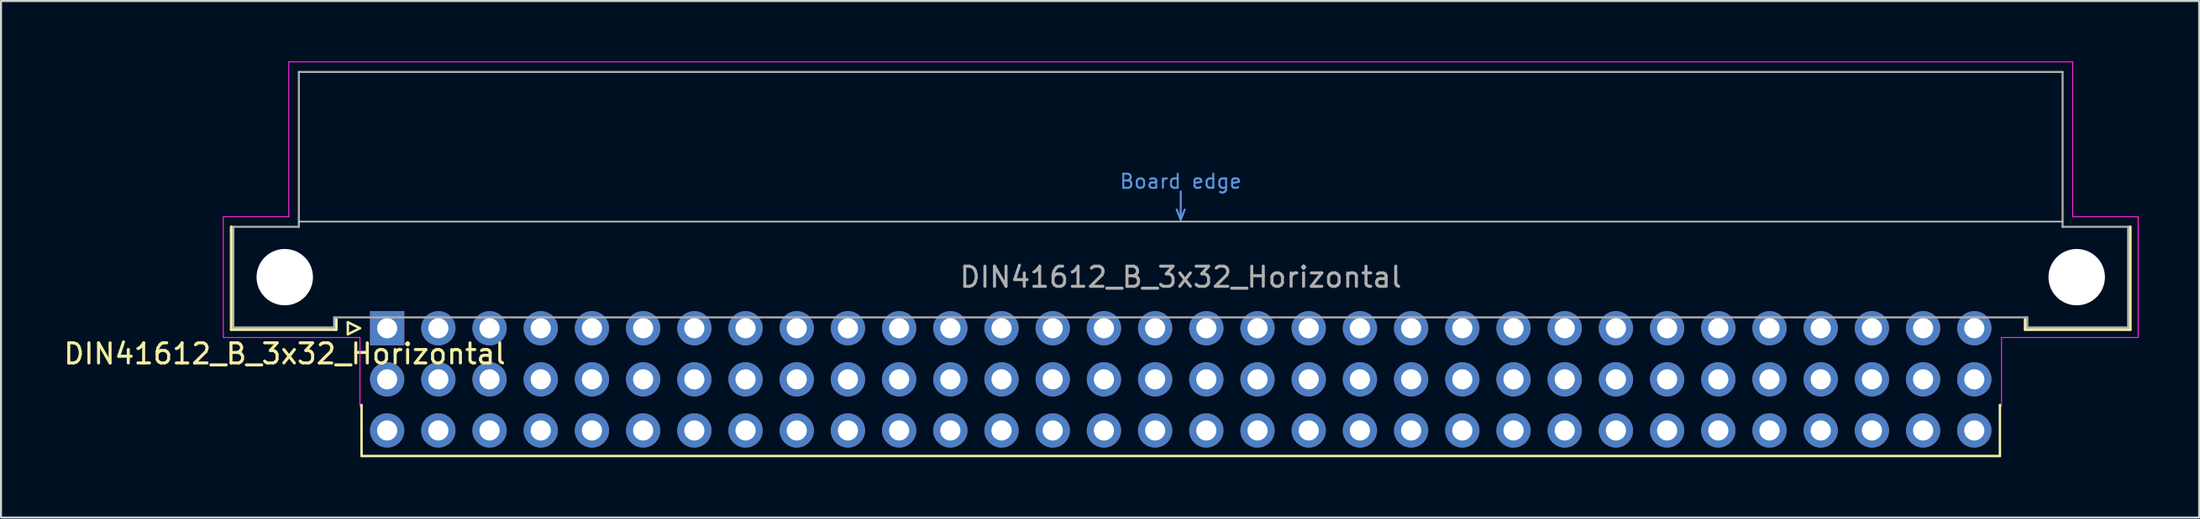
<source format=kicad_pcb>
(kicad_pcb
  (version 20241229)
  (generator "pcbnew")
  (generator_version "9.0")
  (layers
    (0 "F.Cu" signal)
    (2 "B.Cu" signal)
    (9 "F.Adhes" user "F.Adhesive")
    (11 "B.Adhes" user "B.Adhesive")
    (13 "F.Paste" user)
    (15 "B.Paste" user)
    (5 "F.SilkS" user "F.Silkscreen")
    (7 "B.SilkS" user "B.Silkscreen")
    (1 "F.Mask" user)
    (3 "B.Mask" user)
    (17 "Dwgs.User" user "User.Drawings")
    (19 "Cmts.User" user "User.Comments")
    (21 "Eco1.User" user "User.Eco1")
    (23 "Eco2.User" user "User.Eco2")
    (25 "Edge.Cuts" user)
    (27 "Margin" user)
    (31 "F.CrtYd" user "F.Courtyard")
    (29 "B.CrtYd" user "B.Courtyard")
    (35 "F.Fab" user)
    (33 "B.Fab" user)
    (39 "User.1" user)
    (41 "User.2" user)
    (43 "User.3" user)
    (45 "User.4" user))
  (footprint "DIN41612_B_3x32_Horizontal"
    (layer "F.Cu")
    (at 16.157 13.265)
    (property "Reference" "DIN41612_B_3x32_Horizontal" (at -5.08 1.27 0) (layer "F.SilkS") (effects (font (size 1 1) (thickness 0.15))))
    (attr through_hole)
    (fp_line (start -7.73 0.06) (end -7.73 -5.04) (stroke (width 0.15) (type solid)) (layer "F.SilkS"))
    (fp_line (start -2.53 -0.44) (end -2.53 0.06) (stroke (width 0.15) (type solid)) (layer "F.SilkS"))
    (fp_line (start -2.53 0.06) (end -7.73 0.06) (stroke (width 0.15) (type solid)) (layer "F.SilkS"))
    (fp_line (start -1.95 -0.3) (end -1.95 0.3) (stroke (width 0.12) (type solid)) (layer "F.SilkS"))
    (fp_line (start -1.95 0.3) (end -1.35 0) (stroke (width 0.12) (type solid)) (layer "F.SilkS"))
    (fp_line (start -1.35 0) (end -1.95 -0.3) (stroke (width 0.12) (type solid)) (layer "F.SilkS"))
    (fp_line (start -1.27 6.35) (end -1.27 3.81) (stroke (width 0.12) (type solid)) (layer "F.SilkS"))
    (fp_line (start 80.01 3.81) (end 80.01 6.35) (stroke (width 0.12) (type solid)) (layer "F.SilkS"))
    (fp_line (start 80.01 6.35) (end -1.27 6.35) (stroke (width 0.12) (type solid)) (layer "F.SilkS"))
    (fp_line (start 81.27 -0.44) (end 81.27 0.06) (stroke (width 0.15) (type solid)) (layer "F.SilkS"))
    (fp_line (start 81.27 0.06) (end 86.47 0.06) (stroke (width 0.15) (type solid)) (layer "F.SilkS"))
    (fp_line (start 86.47 0.06) (end 86.47 -5.04) (stroke (width 0.15) (type solid)) (layer "F.SilkS"))
    (fp_line (start -4.38 -5.3) (end 83.12 -5.3) (stroke (width 0.08) (type solid)) (layer "Dwgs.User"))
    (fp_line (start 39.17 -5.9) (end 39.37 -5.4) (stroke (width 0.1) (type solid)) (layer "Cmts.User"))
    (fp_line (start 39.37 -6.8) (end 39.37 -5.4) (stroke (width 0.1) (type solid)) (layer "Cmts.User"))
    (fp_line (start 39.37 -5.4) (end 39.57 -5.9) (stroke (width 0.1) (type solid)) (layer "Cmts.User"))
    (fp_line (start -8.13 -5.54) (end -4.88 -5.54) (stroke (width 0.05) (type solid)) (layer "F.CrtYd"))
    (fp_line (start -8.13 0.46) (end -8.13 -5.54) (stroke (width 0.05) (type solid)) (layer "F.CrtYd"))
    (fp_line (start -4.88 -13.24) (end 83.62 -13.24) (stroke (width 0.05) (type solid)) (layer "F.CrtYd"))
    (fp_line (start -4.88 -5.54) (end -4.88 -13.24) (stroke (width 0.05) (type solid)) (layer "F.CrtYd"))
    (fp_line (start -1.35 0.46) (end -8.13 0.46) (stroke (width 0.05) (type solid)) (layer "F.CrtYd"))
    (fp_line (start -1.35 3.89) (end -1.35 0.46) (stroke (width 0.05) (type solid)) (layer "F.CrtYd"))
    (fp_line (start 80.09 0.46) (end 80.09 3.89) (stroke (width 0.05) (type solid)) (layer "F.CrtYd"))
    (fp_line (start 80.87 0.46) (end 80.09 0.46) (stroke (width 0.05) (type solid)) (layer "F.CrtYd"))
    (fp_line (start 83.62 -13.24) (end 83.62 -5.54) (stroke (width 0.05) (type solid)) (layer "F.CrtYd"))
    (fp_line (start 83.62 -5.54) (end 86.87 -5.54) (stroke (width 0.05) (type solid)) (layer "F.CrtYd"))
    (fp_line (start 86.87 -5.54) (end 86.87 0.46) (stroke (width 0.05) (type solid)) (layer "F.CrtYd"))
    (fp_line (start 86.87 0.46) (end 80.87 0.46) (stroke (width 0.05) (type solid)) (layer "F.CrtYd"))
    (fp_line (start -7.63 -5.04) (end -4.38 -5.04) (stroke (width 0.1) (type solid)) (layer "F.Fab"))
    (fp_line (start -7.63 -0.04) (end -7.63 -5.04) (stroke (width 0.1) (type solid)) (layer "F.Fab"))
    (fp_line (start -4.38 -12.74) (end 83.12 -12.74) (stroke (width 0.1) (type solid)) (layer "F.Fab"))
    (fp_line (start -4.38 -5.04) (end -4.38 -12.74) (stroke (width 0.1) (type solid)) (layer "F.Fab"))
    (fp_line (start -2.63 -0.54) (end -2.63 -0.04) (stroke (width 0.1) (type solid)) (layer "F.Fab"))
    (fp_line (start -2.63 -0.04) (end -7.63 -0.04) (stroke (width 0.1) (type solid)) (layer "F.Fab"))
    (fp_line (start 81.37 -0.54) (end -2.63 -0.54) (stroke (width 0.1) (type solid)) (layer "F.Fab"))
    (fp_line (start 81.37 -0.04) (end 81.37 -0.54) (stroke (width 0.1) (type solid)) (layer "F.Fab"))
    (fp_line (start 83.12 -12.74) (end 83.12 -5.04) (stroke (width 0.1) (type solid)) (layer "F.Fab"))
    (fp_line (start 83.12 -5.04) (end 86.37 -5.04) (stroke (width 0.1) (type solid)) (layer "F.Fab"))
    (fp_line (start 86.37 -5.04) (end 86.37 -0.04) (stroke (width 0.1) (type solid)) (layer "F.Fab"))
    (fp_line (start 86.37 -0.04) (end 81.37 -0.04) (stroke (width 0.1) (type solid)) (layer "F.Fab"))
    (fp_text user "Board edge" (at 39.37 -7.3 0) (layer "Cmts.User") (effects (font (size 0.7 0.7) (thickness 0.1))))
    (fp_text user "${REFERENCE}" (at 39.37 -2.54 0) (layer "F.Fab") (effects (font (size 1 1) (thickness 0.15))))
    (pad "" np_thru_hole circle (at -5.08 -2.54) (size 2.8 2.8) (drill 2.8) (layers "*.Cu" "*.Mask"))
    (pad "" np_thru_hole circle (at 83.82 -2.54) (size 2.8 2.8) (drill 2.8) (layers "*.Cu" "*.Mask"))
    (pad "a1" thru_hole rect (at 0 0) (size 1.7 1.7) (drill 1) (layers "*.Cu" "*.Mask"))
    (pad "a2" thru_hole circle (at 2.54 0) (size 1.7 1.7) (drill 1) (layers "*.Cu" "*.Mask"))
    (pad "a3" thru_hole circle (at 5.08 0) (size 1.7 1.7) (drill 1) (layers "*.Cu" "*.Mask"))
    (pad "a4" thru_hole circle (at 7.62 0) (size 1.7 1.7) (drill 1) (layers "*.Cu" "*.Mask"))
    (pad "a5" thru_hole circle (at 10.16 0) (size 1.7 1.7) (drill 1) (layers "*.Cu" "*.Mask"))
    (pad "a6" thru_hole circle (at 12.7 0) (size 1.7 1.7) (drill 1) (layers "*.Cu" "*.Mask"))
    (pad "a7" thru_hole circle (at 15.24 0) (size 1.7 1.7) (drill 1) (layers "*.Cu" "*.Mask"))
    (pad "a8" thru_hole circle (at 17.78 0) (size 1.7 1.7) (drill 1) (layers "*.Cu" "*.Mask"))
    (pad "a9" thru_hole circle (at 20.32 0) (size 1.7 1.7) (drill 1) (layers "*.Cu" "*.Mask"))
    (pad "a10" thru_hole circle (at 22.86 0) (size 1.7 1.7) (drill 1) (layers "*.Cu" "*.Mask"))
    (pad "a11" thru_hole circle (at 25.4 0) (size 1.7 1.7) (drill 1) (layers "*.Cu" "*.Mask"))
    (pad "a12" thru_hole circle (at 27.94 0) (size 1.7 1.7) (drill 1) (layers "*.Cu" "*.Mask"))
    (pad "a13" thru_hole circle (at 30.48 0) (size 1.7 1.7) (drill 1) (layers "*.Cu" "*.Mask"))
    (pad "a14" thru_hole circle (at 33.02 0) (size 1.7 1.7) (drill 1) (layers "*.Cu" "*.Mask"))
    (pad "a15" thru_hole circle (at 35.56 0) (size 1.7 1.7) (drill 1) (layers "*.Cu" "*.Mask"))
    (pad "a16" thru_hole circle (at 38.1 0) (size 1.7 1.7) (drill 1) (layers "*.Cu" "*.Mask"))
    (pad "a17" thru_hole circle (at 40.64 0) (size 1.7 1.7) (drill 1) (layers "*.Cu" "*.Mask"))
    (pad "a18" thru_hole circle (at 43.18 0) (size 1.7 1.7) (drill 1) (layers "*.Cu" "*.Mask"))
    (pad "a19" thru_hole circle (at 45.72 0) (size 1.7 1.7) (drill 1) (layers "*.Cu" "*.Mask"))
    (pad "a20" thru_hole circle (at 48.26 0) (size 1.7 1.7) (drill 1) (layers "*.Cu" "*.Mask"))
    (pad "a21" thru_hole circle (at 50.8 0) (size 1.7 1.7) (drill 1) (layers "*.Cu" "*.Mask"))
    (pad "a22" thru_hole circle (at 53.34 0) (size 1.7 1.7) (drill 1) (layers "*.Cu" "*.Mask"))
    (pad "a23" thru_hole circle (at 55.88 0) (size 1.7 1.7) (drill 1) (layers "*.Cu" "*.Mask"))
    (pad "a24" thru_hole circle (at 58.42 0) (size 1.7 1.7) (drill 1) (layers "*.Cu" "*.Mask"))
    (pad "a25" thru_hole circle (at 60.96 0) (size 1.7 1.7) (drill 1) (layers "*.Cu" "*.Mask"))
    (pad "a26" thru_hole circle (at 63.5 0) (size 1.7 1.7) (drill 1) (layers "*.Cu" "*.Mask"))
    (pad "a27" thru_hole circle (at 66.04 0) (size 1.7 1.7) (drill 1) (layers "*.Cu" "*.Mask"))
    (pad "a28" thru_hole circle (at 68.58 0) (size 1.7 1.7) (drill 1) (layers "*.Cu" "*.Mask"))
    (pad "a29" thru_hole circle (at 71.12 0) (size 1.7 1.7) (drill 1) (layers "*.Cu" "*.Mask"))
    (pad "a30" thru_hole circle (at 73.66 0) (size 1.7 1.7) (drill 1) (layers "*.Cu" "*.Mask"))
    (pad "a31" thru_hole circle (at 76.2 0) (size 1.7 1.7) (drill 1) (layers "*.Cu" "*.Mask"))
    (pad "a32" thru_hole circle (at 78.74 0) (size 1.7 1.7) (drill 1) (layers "*.Cu" "*.Mask"))
    (pad "b1" thru_hole circle (at 0 2.54) (size 1.7 1.7) (drill 1) (layers "*.Cu" "*.Mask"))
    (pad "b2" thru_hole circle (at 2.54 2.54) (size 1.7 1.7) (drill 1) (layers "*.Cu" "*.Mask"))
    (pad "b3" thru_hole circle (at 5.08 2.54) (size 1.7 1.7) (drill 1) (layers "*.Cu" "*.Mask"))
    (pad "b4" thru_hole circle (at 7.62 2.54) (size 1.7 1.7) (drill 1) (layers "*.Cu" "*.Mask"))
    (pad "b5" thru_hole circle (at 10.16 2.54) (size 1.7 1.7) (drill 1) (layers "*.Cu" "*.Mask"))
    (pad "b6" thru_hole circle (at 12.7 2.54) (size 1.7 1.7) (drill 1) (layers "*.Cu" "*.Mask"))
    (pad "b7" thru_hole circle (at 15.24 2.54) (size 1.7 1.7) (drill 1) (layers "*.Cu" "*.Mask"))
    (pad "b8" thru_hole circle (at 17.78 2.54) (size 1.7 1.7) (drill 1) (layers "*.Cu" "*.Mask"))
    (pad "b9" thru_hole circle (at 20.32 2.54) (size 1.7 1.7) (drill 1) (layers "*.Cu" "*.Mask"))
    (pad "b10" thru_hole circle (at 22.86 2.54) (size 1.7 1.7) (drill 1) (layers "*.Cu" "*.Mask"))
    (pad "b11" thru_hole circle (at 25.4 2.54) (size 1.7 1.7) (drill 1) (layers "*.Cu" "*.Mask"))
    (pad "b12" thru_hole circle (at 27.94 2.54) (size 1.7 1.7) (drill 1) (layers "*.Cu" "*.Mask"))
    (pad "b13" thru_hole circle (at 30.48 2.54) (size 1.7 1.7) (drill 1) (layers "*.Cu" "*.Mask"))
    (pad "b14" thru_hole circle (at 33.02 2.54) (size 1.7 1.7) (drill 1) (layers "*.Cu" "*.Mask"))
    (pad "b15" thru_hole circle (at 35.56 2.54) (size 1.7 1.7) (drill 1) (layers "*.Cu" "*.Mask"))
    (pad "b16" thru_hole circle (at 38.1 2.54) (size 1.7 1.7) (drill 1) (layers "*.Cu" "*.Mask"))
    (pad "b17" thru_hole circle (at 40.64 2.54) (size 1.7 1.7) (drill 1) (layers "*.Cu" "*.Mask"))
    (pad "b18" thru_hole circle (at 43.18 2.54) (size 1.7 1.7) (drill 1) (layers "*.Cu" "*.Mask"))
    (pad "b19" thru_hole circle (at 45.72 2.54) (size 1.7 1.7) (drill 1) (layers "*.Cu" "*.Mask"))
    (pad "b20" thru_hole circle (at 48.26 2.54) (size 1.7 1.7) (drill 1) (layers "*.Cu" "*.Mask"))
    (pad "b21" thru_hole circle (at 50.8 2.54) (size 1.7 1.7) (drill 1) (layers "*.Cu" "*.Mask"))
    (pad "b22" thru_hole circle (at 53.34 2.54) (size 1.7 1.7) (drill 1) (layers "*.Cu" "*.Mask"))
    (pad "b23" thru_hole circle (at 55.88 2.54) (size 1.7 1.7) (drill 1) (layers "*.Cu" "*.Mask"))
    (pad "b24" thru_hole circle (at 58.42 2.54) (size 1.7 1.7) (drill 1) (layers "*.Cu" "*.Mask"))
    (pad "b25" thru_hole circle (at 60.96 2.54) (size 1.7 1.7) (drill 1) (layers "*.Cu" "*.Mask"))
    (pad "b26" thru_hole circle (at 63.5 2.54) (size 1.7 1.7) (drill 1) (layers "*.Cu" "*.Mask"))
    (pad "b27" thru_hole circle (at 66.04 2.54) (size 1.7 1.7) (drill 1) (layers "*.Cu" "*.Mask"))
    (pad "b28" thru_hole circle (at 68.58 2.54) (size 1.7 1.7) (drill 1) (layers "*.Cu" "*.Mask"))
    (pad "b29" thru_hole circle (at 71.12 2.54) (size 1.7 1.7) (drill 1) (layers "*.Cu" "*.Mask"))
    (pad "b30" thru_hole circle (at 73.66 2.54) (size 1.7 1.7) (drill 1) (layers "*.Cu" "*.Mask"))
    (pad "b31" thru_hole circle (at 76.2 2.54) (size 1.7 1.7) (drill 1) (layers "*.Cu" "*.Mask"))
    (pad "b32" thru_hole circle (at 78.74 2.54) (size 1.7 1.7) (drill 1) (layers "*.Cu" "*.Mask"))
    (pad "c1" thru_hole circle (at 0 5.08) (size 1.7 1.7) (drill 1) (layers "*.Cu" "*.Mask"))
    (pad "c2" thru_hole circle (at 2.54 5.08) (size 1.7 1.7) (drill 1) (layers "*.Cu" "*.Mask"))
    (pad "c3" thru_hole circle (at 5.08 5.08) (size 1.7 1.7) (drill 1) (layers "*.Cu" "*.Mask"))
    (pad "c4" thru_hole circle (at 7.62 5.08) (size 1.7 1.7) (drill 1) (layers "*.Cu" "*.Mask"))
    (pad "c5" thru_hole circle (at 10.16 5.08) (size 1.7 1.7) (drill 1) (layers "*.Cu" "*.Mask"))
    (pad "c6" thru_hole circle (at 12.7 5.08) (size 1.7 1.7) (drill 1) (layers "*.Cu" "*.Mask"))
    (pad "c7" thru_hole circle (at 15.24 5.08) (size 1.7 1.7) (drill 1) (layers "*.Cu" "*.Mask"))
    (pad "c8" thru_hole circle (at 17.78 5.08) (size 1.7 1.7) (drill 1) (layers "*.Cu" "*.Mask"))
    (pad "c9" thru_hole circle (at 20.32 5.08) (size 1.7 1.7) (drill 1) (layers "*.Cu" "*.Mask"))
    (pad "c10" thru_hole circle (at 22.86 5.08) (size 1.7 1.7) (drill 1) (layers "*.Cu" "*.Mask"))
    (pad "c11" thru_hole circle (at 25.4 5.08) (size 1.7 1.7) (drill 1) (layers "*.Cu" "*.Mask"))
    (pad "c12" thru_hole circle (at 27.94 5.08) (size 1.7 1.7) (drill 1) (layers "*.Cu" "*.Mask"))
    (pad "c13" thru_hole circle (at 30.48 5.08) (size 1.7 1.7) (drill 1) (layers "*.Cu" "*.Mask"))
    (pad "c14" thru_hole circle (at 33.02 5.08) (size 1.7 1.7) (drill 1) (layers "*.Cu" "*.Mask"))
    (pad "c15" thru_hole circle (at 35.56 5.08) (size 1.7 1.7) (drill 1) (layers "*.Cu" "*.Mask"))
    (pad "c16" thru_hole circle (at 38.1 5.08) (size 1.7 1.7) (drill 1) (layers "*.Cu" "*.Mask"))
    (pad "c17" thru_hole circle (at 40.64 5.08) (size 1.7 1.7) (drill 1) (layers "*.Cu" "*.Mask"))
    (pad "c18" thru_hole circle (at 43.18 5.08) (size 1.7 1.7) (drill 1) (layers "*.Cu" "*.Mask"))
    (pad "c19" thru_hole circle (at 45.72 5.08) (size 1.7 1.7) (drill 1) (layers "*.Cu" "*.Mask"))
    (pad "c20" thru_hole circle (at 48.26 5.08) (size 1.7 1.7) (drill 1) (layers "*.Cu" "*.Mask"))
    (pad "c21" thru_hole circle (at 50.8 5.08) (size 1.7 1.7) (drill 1) (layers "*.Cu" "*.Mask"))
    (pad "c22" thru_hole circle (at 53.34 5.08) (size 1.7 1.7) (drill 1) (layers "*.Cu" "*.Mask"))
    (pad "c23" thru_hole circle (at 55.88 5.08) (size 1.7 1.7) (drill 1) (layers "*.Cu" "*.Mask"))
    (pad "c24" thru_hole circle (at 58.42 5.08) (size 1.7 1.7) (drill 1) (layers "*.Cu" "*.Mask"))
    (pad "c25" thru_hole circle (at 60.96 5.08) (size 1.7 1.7) (drill 1) (layers "*.Cu" "*.Mask"))
    (pad "c26" thru_hole circle (at 63.5 5.08) (size 1.7 1.7) (drill 1) (layers "*.Cu" "*.Mask"))
    (pad "c27" thru_hole circle (at 66.04 5.08) (size 1.7 1.7) (drill 1) (layers "*.Cu" "*.Mask"))
    (pad "c28" thru_hole circle (at 68.58 5.08) (size 1.7 1.7) (drill 1) (layers "*.Cu" "*.Mask"))
    (pad "c29" thru_hole circle (at 71.12 5.08) (size 1.7 1.7) (drill 1) (layers "*.Cu" "*.Mask"))
    (pad "c30" thru_hole circle (at 73.66 5.08) (size 1.7 1.7) (drill 1) (layers "*.Cu" "*.Mask"))
    (pad "c31" thru_hole circle (at 76.2 5.08) (size 1.7 1.7) (drill 1) (layers "*.Cu" "*.Mask"))
    (pad "c32" thru_hole circle (at 78.74 5.08) (size 1.7 1.7) (drill 1) (layers "*.Cu" "*.Mask")))
  (gr_rect
    (start -3 -3)
    (end 106.052 22.675)
    (stroke (width 0.1) (type default))
    (fill no)
    (layer "Edge.Cuts")))
</source>
